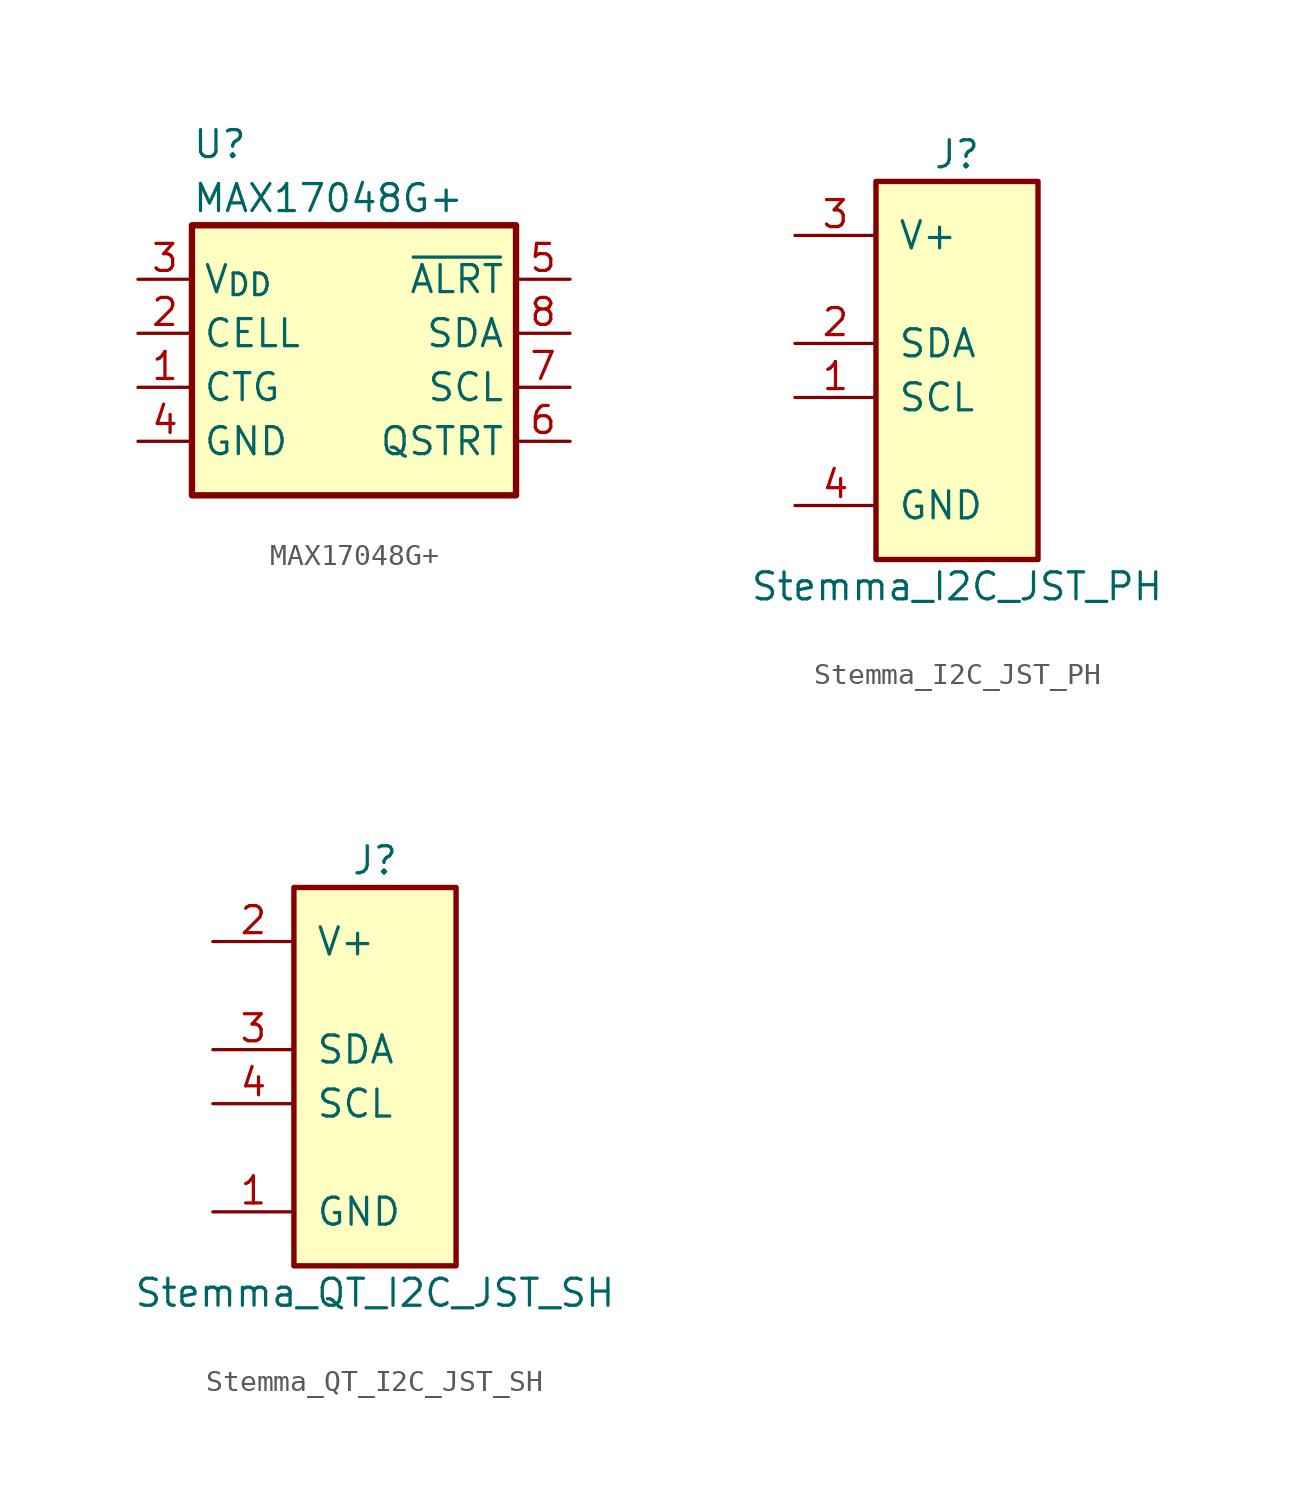
<source format=kicad_sym>
(kicad_symbol_lib
  (version 20211014)
  (generator kicad_symbol_editor)
  (symbol "MAX17048G+"
    (property "Reference" "U"
      (at -7.62 10.16 0)
      (effects (font (size 1.27 1.27)) (justify left)))
    (property "Value" "MAX17048G+"
      (at -7.62 7.62 0)
      (effects (font (size 1.27 1.27)) (justify left)))
    (symbol "MAX17048G+_0_1"
      (rectangle (start -7.62 6.35) (end 7.62 -6.35) (stroke (width 0.3) (type default) (color 0 0 0 0)) (fill (type background))))
    (symbol "MAX17048G+_1_1"
      (pin input line (at -10.16 -1.27 0) (length 2.54) (name "CTG" (effects (font (size 1.27 1.27)))) (number "1" (effects (font (size 1.27 1.27)))))
      (pin input line (at -10.16 1.27 0) (length 2.54) (name "CELL" (effects (font (size 1.27 1.27)))) (number "2" (effects (font (size 1.27 1.27)))))
      (pin power_in line (at -10.16 3.81 0) (length 2.54) (name "V_{DD}" (effects (font (size 1.27 1.27)))) (number "3" (effects (font (size 1.27 1.27)))))
      (pin power_in line (at -10.16 -3.81 0) (length 2.54) (name "GND" (effects (font (size 1.27 1.27)))) (number "4" (effects (font (size 1.27 1.27)))))
      (pin output line (at 10.16 3.81 180) (length 2.54) (name "~{ALRT}" (effects (font (size 1.27 1.27)))) (number "5" (effects (font (size 1.27 1.27)))))
      (pin input line (at 10.16 -3.81 180) (length 2.54) (name "QSTRT" (effects (font (size 1.27 1.27)))) (number "6" (effects (font (size 1.27 1.27)))))
      (pin input line (at 10.16 -1.27 180) (length 2.54) (name "SCL" (effects (font (size 1.27 1.27)))) (number "7" (effects (font (size 1.27 1.27)))))
      (pin bidirectional line (at 10.16 1.27 180) (length 2.54) (name "SDA" (effects (font (size 1.27 1.27)))) (number "8" (effects (font (size 1.27 1.27)))))))
  (symbol "Stemma_I2C_JST_PH"
    (pin_names
      (offset 1.016))
    (property "Reference" "J"
      (at 0 10.16 0)
      (effects (font (size 1.27 1.27))))
    (property "Value" "Stemma_I2C_JST_PH"
      (at 0 -10.16 0)
      (effects (font (size 1.27 1.27))))
    (symbol "Stemma_I2C_JST_PH_1_1"
      (rectangle (start -3.81 8.89) (end 3.81 -8.89) (stroke (width 0.254) (type default) (color 0 0 0 0)) (fill (type background)))
      (pin passive line (at -7.62 -1.27 0) (length 3.81) (name "SCL" (effects (font (size 1.27 1.27)))) (number "1" (effects (font (size 1.27 1.27)))))
      (pin passive line (at -7.62 1.27 0) (length 3.81) (name "SDA" (effects (font (size 1.27 1.27)))) (number "2" (effects (font (size 1.27 1.27)))))
      (pin passive line (at -7.62 6.35 0) (length 3.81) (name "V+" (effects (font (size 1.27 1.27)))) (number "3" (effects (font (size 1.27 1.27)))))
      (pin passive line (at -7.62 -6.35 0) (length 3.81) (name "GND" (effects (font (size 1.27 1.27)))) (number "4" (effects (font (size 1.27 1.27)))))))
  (symbol "Stemma_QT_I2C_JST_SH"
    (pin_names
      (offset 1.016))
    (property "Reference" "J"
      (at 0 10.16 0)
      (effects (font (size 1.27 1.27))))
    (property "Value" "Stemma_QT_I2C_JST_SH"
      (at 0 -10.16 0)
      (effects (font (size 1.27 1.27))))
    (symbol "Stemma_QT_I2C_JST_SH_1_1"
      (rectangle (start -3.81 8.89) (end 3.81 -8.89) (stroke (width 0.254) (type default) (color 0 0 0 0)) (fill (type background)))
      (pin passive line (at -7.62 -6.35 0) (length 3.81) (name "GND" (effects (font (size 1.27 1.27)))) (number "1" (effects (font (size 1.27 1.27)))))
      (pin passive line (at -7.62 6.35 0) (length 3.81) (name "V+" (effects (font (size 1.27 1.27)))) (number "2" (effects (font (size 1.27 1.27)))))
      (pin passive line (at -7.62 1.27 0) (length 3.81) (name "SDA" (effects (font (size 1.27 1.27)))) (number "3" (effects (font (size 1.27 1.27)))))
      (pin passive line (at -7.62 -1.27 0) (length 3.81) (name "SCL" (effects (font (size 1.27 1.27)))) (number "4" (effects (font (size 1.27 1.27))))))))
</source>
